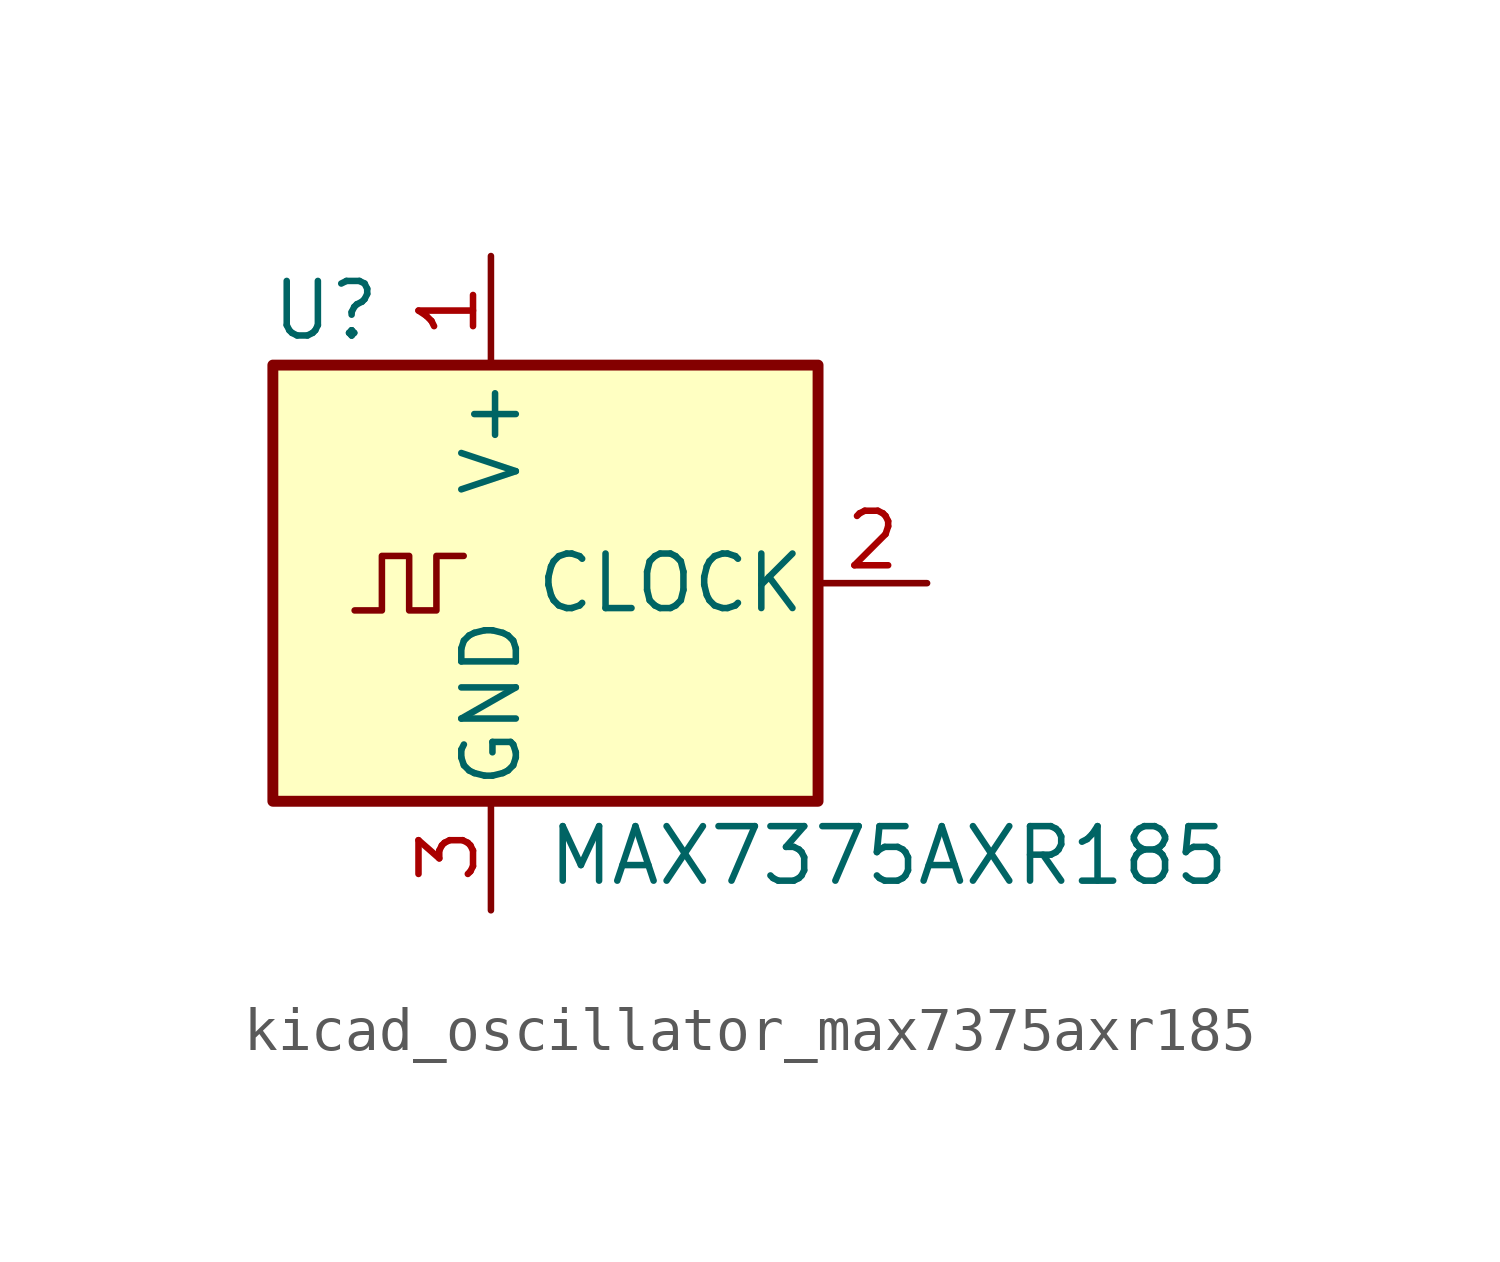
<source format=kicad_sym>
(kicad_symbol_lib
  (version 20220914)
  (generator kicad_symbol_editor)
  (symbol "kicad_oscillator_max7375axr185"
    (pin_names
      (offset 0.254))
    (property "Reference" "U"
      (at -2.54 6.35 0)
      (effects (font (size 1.27 1.27)) (justify right)))
    (property "Value" "MAX7375AXR185"
      (at 1.27 -6.35 0)
      (effects (font (size 1.27 1.27)) (justify left)))
    (symbol "kicad_oscillator_max7375axr185_0_1"
      (rectangle (start -5.08 5.08) (end 7.62 -5.08) (stroke (width 0.254) (type default)) (fill (type background)))
      (polyline (pts (xy -3.175 -0.635) (xy -2.54 -0.635) (xy -2.54 0.635) (xy -1.905 0.635) (xy -1.905 -0.635) (xy -1.27 -0.635) (xy -1.27 0.635) (xy -0.635 0.635)) (stroke (width 0) (type default)) (fill (type none))))
    (symbol "kicad_oscillator_max7375axr185_1_1"
      (pin power_in line (at 0 7.62 270) (length 2.54) (name "V+" (effects (font (size 1.27 1.27)))) (number "1" (effects (font (size 1.27 1.27)))))
      (pin output line (at 10.16 0 180) (length 2.54) (name "CLOCK" (effects (font (size 1.27 1.27)))) (number "2" (effects (font (size 1.27 1.27)))))
      (pin power_in line (at 0 -7.62 90) (length 2.54) (name "GND" (effects (font (size 1.27 1.27)))) (number "3" (effects (font (size 1.27 1.27))))))))
</source>
